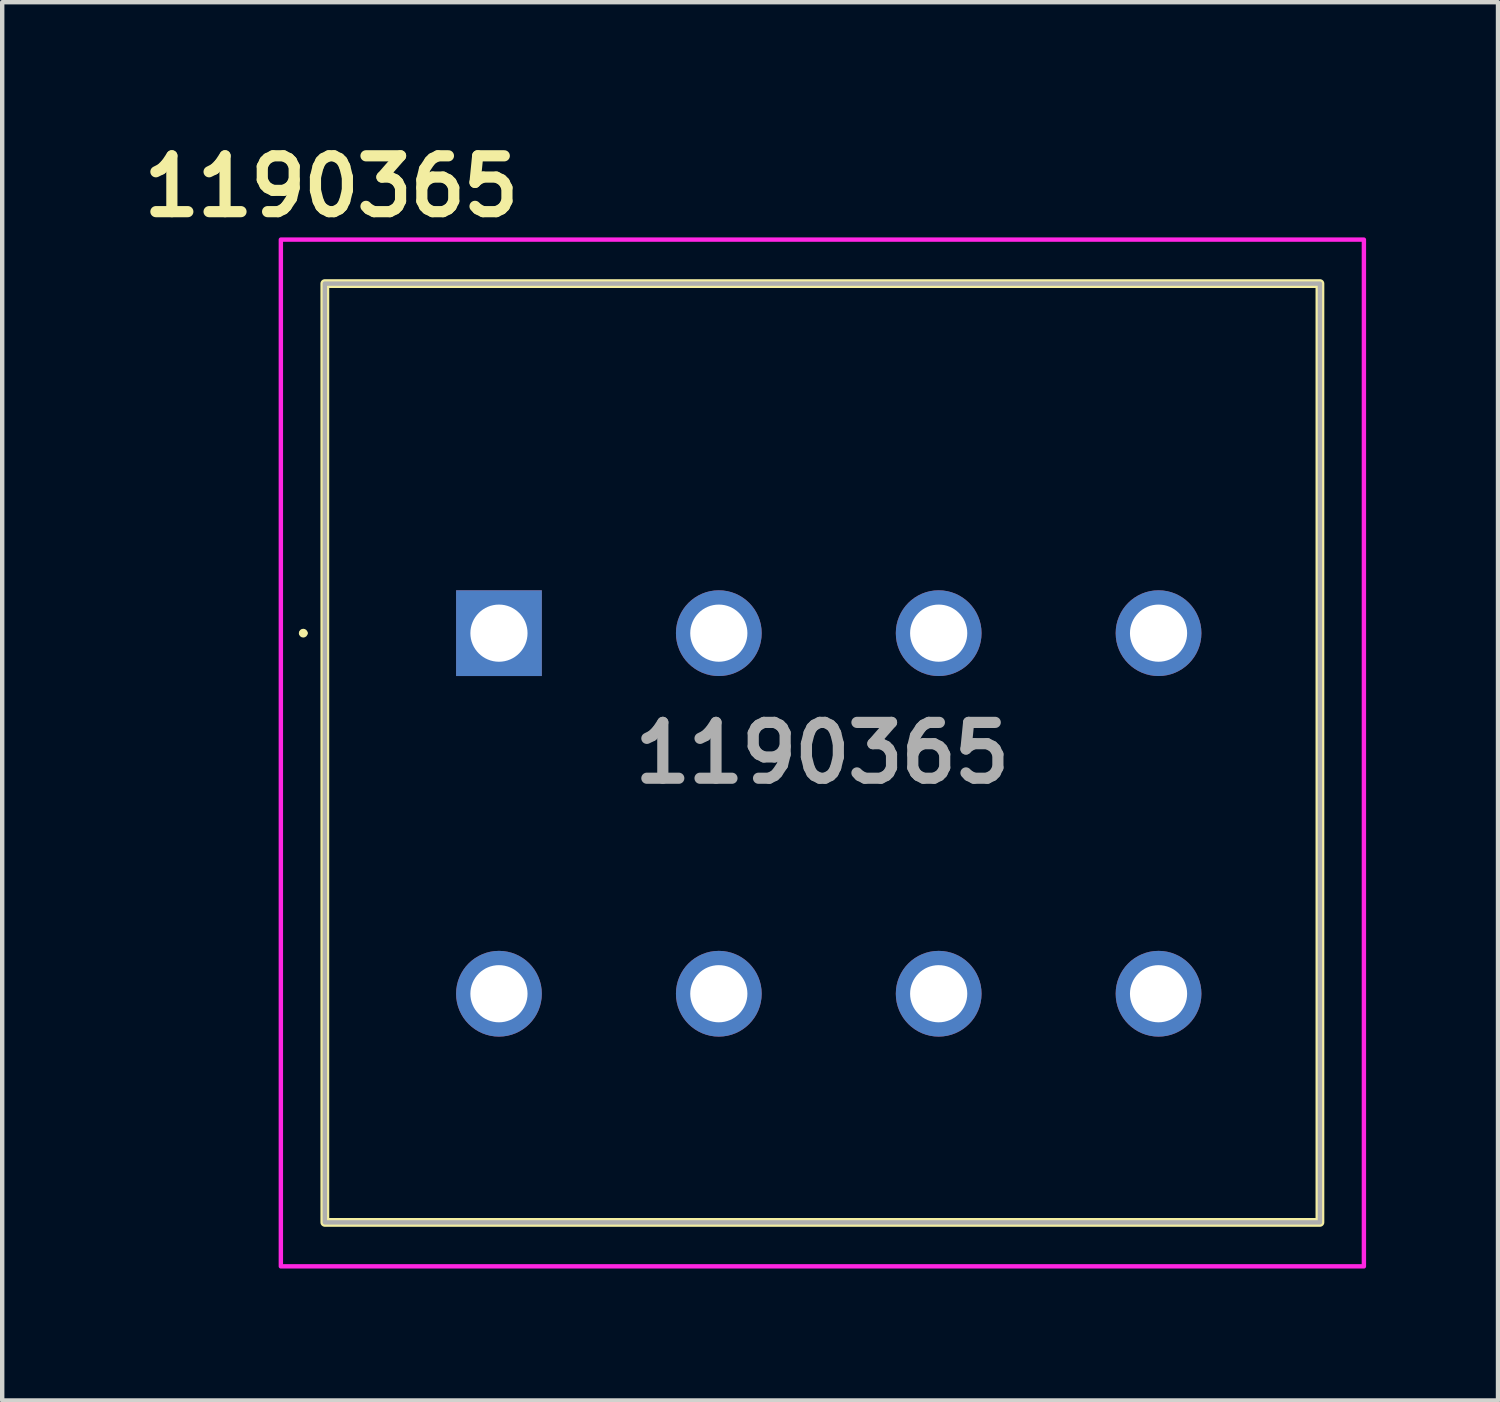
<source format=kicad_pcb>
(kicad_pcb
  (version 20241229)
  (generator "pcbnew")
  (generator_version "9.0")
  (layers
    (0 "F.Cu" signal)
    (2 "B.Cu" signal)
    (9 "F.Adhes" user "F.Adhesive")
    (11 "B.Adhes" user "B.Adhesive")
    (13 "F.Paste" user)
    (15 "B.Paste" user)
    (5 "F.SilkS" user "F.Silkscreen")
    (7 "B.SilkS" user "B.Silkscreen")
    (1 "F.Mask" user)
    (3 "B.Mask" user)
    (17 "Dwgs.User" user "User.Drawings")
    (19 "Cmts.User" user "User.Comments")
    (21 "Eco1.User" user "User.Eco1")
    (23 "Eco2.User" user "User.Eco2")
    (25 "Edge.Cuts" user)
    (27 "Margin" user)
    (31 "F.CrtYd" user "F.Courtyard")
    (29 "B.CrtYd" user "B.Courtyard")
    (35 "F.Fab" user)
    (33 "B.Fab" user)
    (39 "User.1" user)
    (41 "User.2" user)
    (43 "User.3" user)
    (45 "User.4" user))
  (footprint "1190365"
    (layer "F.Cu")
    (at 8.297 11.349)
    (property "Reference" "1190365" (at -3.81 -10.16 0) (layer "F.SilkS") (effects (font (size 1.27 1.27) (thickness 0.254))))
    (attr through_hole)
    (fp_rect (start -3.96 -7.95) (end 18.67 13.4) (stroke (width 0.2) (type solid)) (fill no) (layer "F.SilkS"))
    (fp_arc (start -4.5 0) (mid -4.45 -0.05) (end -4.4 0) (stroke (width 0.1) (type solid)) (layer "F.SilkS"))
    (fp_arc (start -4.4 0) (mid -4.45 0.05) (end -4.5 0) (stroke (width 0.1) (type solid)) (layer "F.SilkS"))
    (fp_rect (start -4.96 -8.95) (end 19.67 14.4) (stroke (width 0.1) (type solid)) (fill no) (layer "F.CrtYd"))
    (fp_rect (start -3.96 -7.95) (end 18.67 13.4) (stroke (width 0.1) (type solid)) (fill no) (layer "F.Fab"))
    (fp_text user "${REFERENCE}" (at 7.355 2.725 0) (layer "F.Fab") (effects (font (size 1.27 1.27) (thickness 0.254))))
    (pad "1" thru_hole rect (at 0 0) (size 1.95 1.95) (drill 1.3) (layers "*.Cu" "*.Mask"))
    (pad "1" thru_hole circle (at 0 8.2) (size 1.95 1.95) (drill 1.3) (layers "*.Cu" "*.Mask"))
    (pad "2" thru_hole circle (at 5 0) (size 1.95 1.95) (drill 1.3) (layers "*.Cu" "*.Mask"))
    (pad "2" thru_hole circle (at 5 8.2) (size 1.95 1.95) (drill 1.3) (layers "*.Cu" "*.Mask"))
    (pad "3" thru_hole circle (at 10 0) (size 1.95 1.95) (drill 1.3) (layers "*.Cu" "*.Mask"))
    (pad "3" thru_hole circle (at 10 8.2) (size 1.95 1.95) (drill 1.3) (layers "*.Cu" "*.Mask"))
    (pad "4" thru_hole circle (at 15 0) (size 1.95 1.95) (drill 1.3) (layers "*.Cu" "*.Mask"))
    (pad "4" thru_hole circle (at 15 8.2) (size 1.95 1.95) (drill 1.3) (layers "*.Cu" "*.Mask")))
  (gr_rect
    (start -3 -3)
    (end 31.017 28.799)
    (stroke (width 0.1) (type default))
    (fill no)
    (layer "Edge.Cuts")))
</source>
